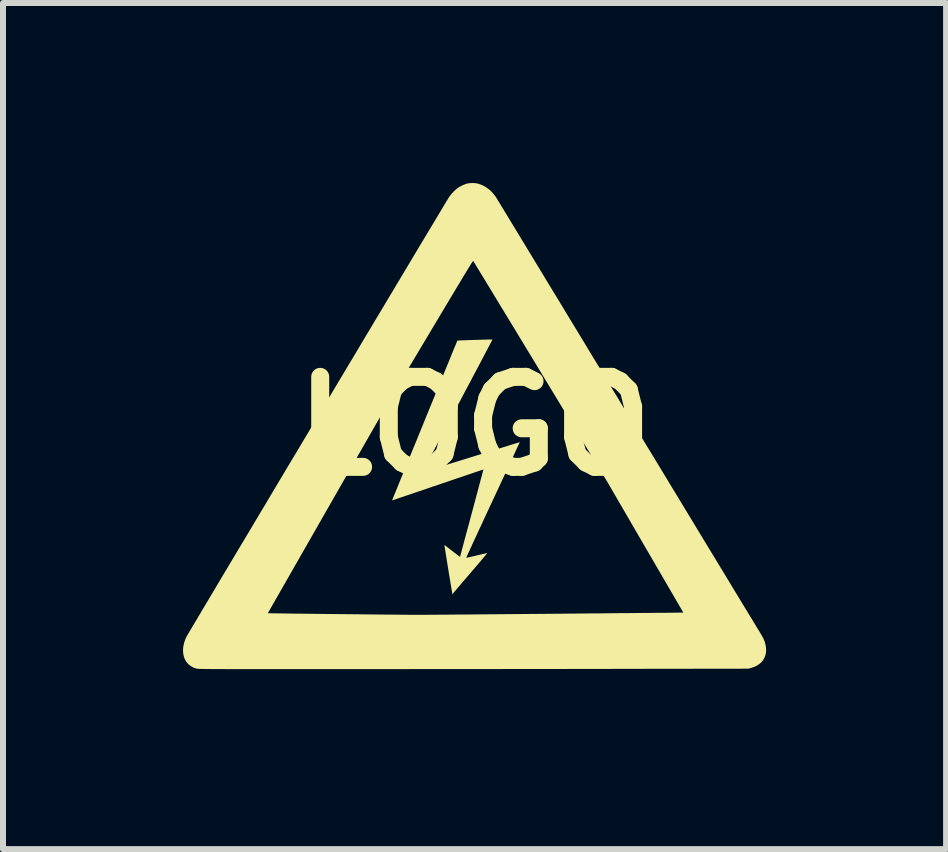
<source format=kicad_pcb>
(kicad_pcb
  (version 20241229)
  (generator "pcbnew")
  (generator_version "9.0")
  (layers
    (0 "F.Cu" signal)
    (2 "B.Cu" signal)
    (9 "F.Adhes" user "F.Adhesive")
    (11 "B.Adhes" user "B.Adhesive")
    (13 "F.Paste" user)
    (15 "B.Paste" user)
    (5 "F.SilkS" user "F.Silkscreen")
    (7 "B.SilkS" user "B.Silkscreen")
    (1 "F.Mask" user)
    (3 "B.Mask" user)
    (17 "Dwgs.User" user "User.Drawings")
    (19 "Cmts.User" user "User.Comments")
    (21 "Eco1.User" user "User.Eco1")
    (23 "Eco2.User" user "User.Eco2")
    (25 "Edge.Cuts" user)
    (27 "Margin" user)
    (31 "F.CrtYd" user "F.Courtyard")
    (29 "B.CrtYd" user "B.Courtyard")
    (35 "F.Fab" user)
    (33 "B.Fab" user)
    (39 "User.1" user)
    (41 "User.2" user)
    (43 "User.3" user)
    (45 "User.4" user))
  (footprint "LOGO"
    (layer "F.Cu")
    (at 4.858 4.052)
    (property "Reference" "LOGO" (at 0 0 0) (layer "F.SilkS") (effects (font (size 1.5 1.5) (thickness 0.3))))
    (attr board_only exclude_from_pos_files exclude_from_bom)
    (fp_poly (pts (xy 0.297 -1.443) (xy 0.298 -1.443) (xy 0.296 -1.439) (xy 0.29 -1.426) (xy 0.279 -1.405) (xy 0.264 -1.376) (xy 0.245 -1.34) (xy 0.222 -1.297) (xy 0.196 -1.247) (xy 0.167 -1.191) (xy 0.134 -1.129) (xy 0.099 -1.062) (xy 0.061 -0.99) (xy 0.02 -0.913) (xy -0.023 -0.832) (xy -0.068 -0.746) (xy -0.115 -0.658) (xy -0.164 -0.566) (xy -0.214 -0.471) (xy -0.266 -0.373) (xy -0.285 -0.337) (xy -0.337 -0.239) (xy -0.388 -0.143) (xy -0.437 -0.05) (xy -0.485 0.04) (xy -0.53 0.126) (xy -0.574 0.209) (xy -0.616 0.288) (xy -0.655 0.361) (xy -0.691 0.43) (xy -0.725 0.494) (xy -0.756 0.552) (xy -0.783 0.604) (xy -0.807 0.649) (xy -0.827 0.688) (xy -0.844 0.719) (xy -0.856 0.743) (xy -0.865 0.759) (xy -0.869 0.767) (xy -0.869 0.767) (xy -0.864 0.766) (xy -0.85 0.762) (xy -0.828 0.755) (xy -0.797 0.746) (xy -0.759 0.734) (xy -0.714 0.72) (xy -0.662 0.704) (xy -0.604 0.686) (xy -0.54 0.667) (xy -0.472 0.645) (xy -0.399 0.623) (xy -0.321 0.599) (xy -0.24 0.574) (xy -0.156 0.548) (xy -0.069 0.521) (xy -0.058 0.517) (xy 0.03 0.49) (xy 0.114 0.464) (xy 0.196 0.439) (xy 0.274 0.415) (xy 0.348 0.392) (xy 0.417 0.371) (xy 0.481 0.351) (xy 0.54 0.333) (xy 0.592 0.316) (xy 0.638 0.302) (xy 0.677 0.29) (xy 0.709 0.281) (xy 0.733 0.273) (xy 0.748 0.269) (xy 0.754 0.267) (xy 0.754 0.267) (xy 0.752 0.272) (xy 0.746 0.285) (xy 0.736 0.306) (xy 0.722 0.336) (xy 0.705 0.372) (xy 0.685 0.416) (xy 0.662 0.466) (xy 0.636 0.522) (xy 0.607 0.584) (xy 0.576 0.652) (xy 0.542 0.724) (xy 0.507 0.801) (xy 0.469 0.882) (xy 0.43 0.966) (xy 0.389 1.054) (xy 0.347 1.144) (xy 0.307 1.23) (xy 0.264 1.322) (xy 0.222 1.412) (xy 0.181 1.5) (xy 0.142 1.584) (xy 0.105 1.665) (xy 0.069 1.741) (xy 0.036 1.813) (xy 0.005 1.88) (xy -0.024 1.942) (xy -0.049 1.998) (xy -0.072 2.048) (xy -0.092 2.091) (xy -0.109 2.127) (xy -0.122 2.156) (xy -0.131 2.177) (xy -0.137 2.19) (xy -0.138 2.194) (xy -0.133 2.193) (xy -0.119 2.19) (xy -0.098 2.186) (xy -0.07 2.18) (xy -0.037 2.172) (xy 0.000269 2.164) (xy 0.035 2.155) (xy 0.075 2.146) (xy 0.112 2.137) (xy 0.144 2.13) (xy 0.172 2.124) (xy 0.192 2.119) (xy 0.206 2.116) (xy 0.21 2.116) (xy 0.208 2.12) (xy 0.2 2.131) (xy 0.187 2.147) (xy 0.169 2.169) (xy 0.148 2.194) (xy 0.124 2.223) (xy 0.101 2.25) (xy 0.074 2.281) (xy 0.043 2.318) (xy 0.007 2.36) (xy -0.032 2.405) (xy -0.072 2.453) (xy -0.113 2.5) (xy -0.153 2.547) (xy -0.191 2.591) (xy -0.369 2.8) (xy -0.375 2.764) (xy -0.38 2.733) (xy -0.386 2.696) (xy -0.393 2.654) (xy -0.401 2.608) (xy -0.409 2.558) (xy -0.418 2.505) (xy -0.427 2.451) (xy -0.436 2.396) (xy -0.445 2.34) (xy -0.454 2.286) (xy -0.462 2.233) (xy -0.47 2.183) (xy -0.478 2.137) (xy -0.484 2.095) (xy -0.49 2.058) (xy -0.495 2.027) (xy -0.499 2.004) (xy -0.501 1.988) (xy -0.502 1.981) (xy -0.502 1.981) (xy -0.498 1.983) (xy -0.487 1.991) (xy -0.47 2.004) (xy -0.448 2.021) (xy -0.421 2.041) (xy -0.392 2.064) (xy -0.372 2.08) (xy -0.341 2.104) (xy -0.312 2.125) (xy -0.287 2.144) (xy -0.267 2.159) (xy -0.252 2.17) (xy -0.243 2.176) (xy -0.241 2.176) (xy -0.239 2.17) (xy -0.235 2.154) (xy -0.229 2.131) (xy -0.22 2.1) (xy -0.21 2.061) (xy -0.198 2.017) (xy -0.185 1.967) (xy -0.17 1.911) (xy -0.154 1.852) (xy -0.137 1.788) (xy -0.119 1.722) (xy -0.1 1.653) (xy -0.081 1.582) (xy -0.062 1.51) (xy -0.042 1.437) (xy -0.023 1.365) (xy -0.004 1.293) (xy 0.015 1.223) (xy 0.033 1.155) (xy 0.051 1.089) (xy 0.067 1.027) (xy 0.083 0.969) (xy 0.097 0.915) (xy 0.11 0.867) (xy 0.122 0.824) (xy 0.131 0.788) (xy 0.139 0.759) (xy 0.144 0.738) (xy 0.148 0.726) (xy 0.149 0.722) (xy 0.144 0.723) (xy 0.13 0.728) (xy 0.108 0.735) (xy 0.078 0.746) (xy 0.04 0.758) (xy -0.004 0.773) (xy -0.056 0.791) (xy -0.113 0.81) (xy -0.175 0.831) (xy -0.242 0.854) (xy -0.314 0.878) (xy -0.39 0.904) (xy -0.469 0.931) (xy -0.552 0.959) (xy -0.613 0.98) (xy -0.697 1.008) (xy -0.778 1.036) (xy -0.856 1.063) (xy -0.931 1.088) (xy -1.002 1.112) (xy -1.068 1.135) (xy -1.129 1.155) (xy -1.184 1.174) (xy -1.234 1.191) (xy -1.276 1.205) (xy -1.312 1.217) (xy -1.34 1.227) (xy -1.36 1.233) (xy -1.371 1.237) (xy -1.374 1.238) (xy -1.372 1.233) (xy -1.367 1.22) (xy -1.358 1.198) (xy -1.346 1.168) (xy -1.331 1.131) (xy -1.313 1.087) (xy -1.292 1.036) (xy -1.269 0.979) (xy -1.244 0.916) (xy -1.216 0.848) (xy -1.186 0.776) (xy -1.155 0.699) (xy -1.122 0.618) (xy -1.087 0.533) (xy -1.052 0.446) (xy -1.015 0.356) (xy -0.977 0.264) (xy -0.939 0.17) (xy -0.9 0.075) (xy -0.861 -0.021) (xy -0.822 -0.117) (xy -0.783 -0.213) (xy -0.744 -0.309) (xy -0.705 -0.403) (xy -0.667 -0.496) (xy -0.63 -0.587) (xy -0.593 -0.676) (xy -0.558 -0.762) (xy -0.524 -0.845) (xy -0.492 -0.924) (xy -0.461 -0.999) (xy -0.432 -1.069) (xy -0.405 -1.135) (xy -0.381 -1.195) (xy -0.359 -1.249) (xy -0.339 -1.297) (xy -0.322 -1.338) (xy -0.308 -1.371) (xy -0.298 -1.397) (xy -0.29 -1.415) (xy -0.286 -1.424) (xy -0.286 -1.426) (xy -0.28 -1.426) (xy -0.266 -1.427) (xy -0.244 -1.428) (xy -0.215 -1.43) (xy -0.18 -1.431) (xy -0.141 -1.432) (xy -0.098 -1.434) (xy -0.053 -1.435) (xy -0.007 -1.437) (xy 0.04 -1.438) (xy 0.086 -1.439) (xy 0.13 -1.441) (xy 0.172 -1.442) (xy 0.209 -1.443) (xy 0.241 -1.443) (xy 0.267 -1.444) (xy 0.286 -1.444)) (stroke (width 0) (type solid)) (fill yes) (layer "F.SilkS"))
    (fp_poly (pts (xy 0.011 -4.05) (xy 0.057 -4.042) (xy 0.072 -4.038) (xy 0.134 -4.014) (xy 0.193 -3.981) (xy 0.249 -3.94) (xy 0.3 -3.89) (xy 0.346 -3.833) (xy 0.355 -3.82) (xy 0.358 -3.815) (xy 0.367 -3.801) (xy 0.38 -3.779) (xy 0.399 -3.748) (xy 0.422 -3.711) (xy 0.449 -3.665) (xy 0.482 -3.612) (xy 0.518 -3.552) (xy 0.559 -3.485) (xy 0.603 -3.412) (xy 0.652 -3.332) (xy 0.705 -3.245) (xy 0.761 -3.152) (xy 0.821 -3.053) (xy 0.884 -2.949) (xy 0.951 -2.839) (xy 1.021 -2.723) (xy 1.094 -2.603) (xy 1.17 -2.477) (xy 1.249 -2.347) (xy 1.331 -2.212) (xy 1.416 -2.073) (xy 1.503 -1.929) (xy 1.592 -1.782) (xy 1.684 -1.63) (xy 1.778 -1.476) (xy 1.874 -1.317) (xy 1.971 -1.156) (xy 2.071 -0.992) (xy 2.172 -0.825) (xy 2.275 -0.655) (xy 2.38 -0.483) (xy 2.485 -0.308) (xy 2.566 -0.174) (xy 2.673 0.001) (xy 2.778 0.175) (xy 2.882 0.347) (xy 2.985 0.516) (xy 3.086 0.682) (xy 3.185 0.846) (xy 3.282 1.007) (xy 3.378 1.164) (xy 3.471 1.318) (xy 3.562 1.468) (xy 3.651 1.615) (xy 3.737 1.757) (xy 3.821 1.896) (xy 3.902 2.03) (xy 3.981 2.159) (xy 4.056 2.283) (xy 4.129 2.403) (xy 4.198 2.517) (xy 4.264 2.626) (xy 4.326 2.729) (xy 4.385 2.826) (xy 4.441 2.918) (xy 4.492 3.003) (xy 4.54 3.081) (xy 4.584 3.154) (xy 4.624 3.219) (xy 4.659 3.277) (xy 4.69 3.328) (xy 4.716 3.372) (xy 4.738 3.408) (xy 4.756 3.436) (xy 4.768 3.457) (xy 4.775 3.469) (xy 4.777 3.472) (xy 4.81 3.53) (xy 4.835 3.588) (xy 4.851 3.646) (xy 4.859 3.702) (xy 4.859 3.756) (xy 4.851 3.807) (xy 4.834 3.855) (xy 4.81 3.899) (xy 4.778 3.938) (xy 4.748 3.963) (xy 4.709 3.989) (xy 4.668 4.01) (xy 4.621 4.026) (xy 4.61 4.029) (xy 4.562 4.042) (xy 2.368 4.045) (xy 2.203 4.046) (xy 2.029 4.046) (xy 1.846 4.046) (xy 1.656 4.046) (xy 1.46 4.047) (xy 1.257 4.047) (xy 1.05 4.047) (xy 0.838 4.047) (xy 0.623 4.047) (xy 0.406 4.048) (xy 0.186 4.048) (xy -0.034 4.048) (xy -0.254 4.048) (xy -0.473 4.048) (xy -0.691 4.048) (xy -0.907 4.048) (xy -1.119 4.049) (xy -1.327 4.049) (xy -1.53 4.049) (xy -1.727 4.049) (xy -1.917 4.049) (xy -2.101 4.049) (xy -2.212 4.049) (xy -2.397 4.049) (xy -2.571 4.049) (xy -2.736 4.049) (xy -2.892 4.049) (xy -3.039 4.049) (xy -3.177 4.049) (xy -3.307 4.049) (xy -3.429 4.049) (xy -3.543 4.049) (xy -3.649 4.049) (xy -3.748 4.049) (xy -3.84 4.049) (xy -3.925 4.049) (xy -4.004 4.049) (xy -4.076 4.049) (xy -4.143 4.049) (xy -4.204 4.048) (xy -4.259 4.048) (xy -4.309 4.048) (xy -4.354 4.048) (xy -4.395 4.048) (xy -4.431 4.047) (xy -4.463 4.047) (xy -4.492 4.047) (xy -4.517 4.046) (xy -4.538 4.046) (xy -4.557 4.046) (xy -4.572 4.045) (xy -4.585 4.045) (xy -4.597 4.044) (xy -4.606 4.044) (xy -4.613 4.043) (xy -4.619 4.043) (xy -4.624 4.042) (xy -4.628 4.041) (xy -4.631 4.041) (xy -4.634 4.04) (xy -4.635 4.04) (xy -4.687 4.022) (xy -4.731 3.997) (xy -4.768 3.967) (xy -4.801 3.93) (xy -4.826 3.887) (xy -4.844 3.84) (xy -4.855 3.786) (xy -4.855 3.783) (xy -4.858 3.729) (xy -4.853 3.672) (xy -4.84 3.612) (xy -4.82 3.553) (xy -4.801 3.51) (xy -4.797 3.504) (xy -4.789 3.489) (xy -4.775 3.466) (xy -4.757 3.435) (xy -4.734 3.397) (xy -4.707 3.351) (xy -4.676 3.298) (xy -4.64 3.239) (xy -4.601 3.172) (xy -4.568 3.118) (xy -3.445 3.118) (xy -3.211 3.121) (xy -3.181 3.122) (xy -3.141 3.122) (xy -3.092 3.123) (xy -3.036 3.124) (xy -2.972 3.125) (xy -2.901 3.125) (xy -2.825 3.126) (xy -2.743 3.127) (xy -2.657 3.128) (xy -2.567 3.129) (xy -2.473 3.13) (xy -2.377 3.131) (xy -2.279 3.132) (xy -2.18 3.133) (xy -2.08 3.134) (xy -1.981 3.135) (xy -1.882 3.136) (xy -1.784 3.137) (xy -1.689 3.138) (xy -1.596 3.139) (xy -1.507 3.14) (xy -1.423 3.141) (xy -1.343 3.141) (xy -1.268 3.142) (xy -1.2 3.143) (xy -1.138 3.143) (xy -1.084 3.144) (xy -1.039 3.144) (xy -1.002 3.144) (xy -0.988 3.144) (xy -0.967 3.144) (xy -0.937 3.144) (xy -0.897 3.144) (xy -0.85 3.144) (xy -0.795 3.144) (xy -0.732 3.143) (xy -0.662 3.143) (xy -0.587 3.142) (xy -0.505 3.142) (xy -0.419 3.141) (xy -0.327 3.14) (xy -0.232 3.14) (xy -0.133 3.139) (xy -0.031 3.138) (xy 0.074 3.137) (xy 0.18 3.136) (xy 0.288 3.135) (xy 0.312 3.135) (xy 0.429 3.134) (xy 0.548 3.133) (xy 0.67 3.132) (xy 0.793 3.131) (xy 0.916 3.13) (xy 1.039 3.129) (xy 1.161 3.128) (xy 1.281 3.127) (xy 1.398 3.126) (xy 1.511 3.125) (xy 1.62 3.124) (xy 1.724 3.123) (xy 1.821 3.122) (xy 1.91 3.121) (xy 1.992 3.121) (xy 2.065 3.12) (xy 2.09 3.12) (xy 2.178 3.119) (xy 2.269 3.118) (xy 2.362 3.117) (xy 2.456 3.116) (xy 2.549 3.116) (xy 2.64 3.115) (xy 2.729 3.114) (xy 2.814 3.113) (xy 2.894 3.113) (xy 2.967 3.112) (xy 3.033 3.111) (xy 3.091 3.111) (xy 3.106 3.111) (xy 3.48 3.107) (xy 2.845 2.016) (xy 2.211 0.925) (xy 1.097 -0.911) (xy 1.022 -1.036) (xy 0.947 -1.159) (xy 0.874 -1.279) (xy 0.803 -1.397) (xy 0.733 -1.511) (xy 0.666 -1.623) (xy 0.6 -1.731) (xy 0.537 -1.835) (xy 0.476 -1.935) (xy 0.418 -2.03) (xy 0.363 -2.121) (xy 0.311 -2.207) (xy 0.262 -2.288) (xy 0.216 -2.363) (xy 0.174 -2.433) (xy 0.135 -2.496) (xy 0.1 -2.553) (xy 0.07 -2.604) (xy 0.043 -2.648) (xy 0.021 -2.684) (xy 0.003 -2.714) (xy -0.01 -2.735) (xy -0.019 -2.749) (xy -0.022 -2.754) (xy -0.022 -2.754) (xy -0.024 -2.753) (xy -0.027 -2.748) (xy -0.033 -2.74) (xy -0.041 -2.728) (xy -0.052 -2.712) (xy -0.065 -2.691) (xy -0.081 -2.665) (xy -0.1 -2.634) (xy -0.122 -2.598) (xy -0.148 -2.556) (xy -0.177 -2.509) (xy -0.209 -2.455) (xy -0.245 -2.395) (xy -0.285 -2.329) (xy -0.329 -2.255) (xy -0.377 -2.175) (xy -0.43 -2.087) (xy -0.487 -1.992) (xy -0.549 -1.888) (xy -0.615 -1.777) (xy -0.672 -1.682) (xy -1.316 -0.603) (xy -2.381 1.257) (xy -3.445 3.118) (xy -4.568 3.118) (xy -4.558 3.1) (xy -4.511 3.021) (xy -4.46 2.936) (xy -4.406 2.845) (xy -4.349 2.749) (xy -4.289 2.648) (xy -4.226 2.542) (xy -4.16 2.431) (xy -4.091 2.316) (xy -4.02 2.197) (xy -3.946 2.073) (xy -3.87 1.946) (xy -3.792 1.816) (xy -3.712 1.682) (xy -3.631 1.545) (xy -3.547 1.405) (xy -3.462 1.263) (xy -3.376 1.118) (xy -3.289 0.972) (xy -3.2 0.823) (xy -3.111 0.673) (xy -3.02 0.522) (xy -2.929 0.37) (xy -2.838 0.217) (xy -2.746 0.063) (xy -2.654 -0.091) (xy -2.562 -0.245) (xy -2.47 -0.399) (xy -2.378 -0.553) (xy -2.287 -0.706) (xy -2.196 -0.858) (xy -2.106 -1.009) (xy -2.016 -1.158) (xy -1.928 -1.306) (xy -1.841 -1.453) (xy -1.754 -1.597) (xy -1.67 -1.739) (xy -1.586 -1.878) (xy -1.505 -2.014) (xy -1.425 -2.148) (xy -1.347 -2.278) (xy -1.272 -2.404) (xy -1.198 -2.527) (xy -1.127 -2.646) (xy -1.059 -2.76) (xy -0.993 -2.87) (xy -0.93 -2.976) (xy -0.87 -3.076) (xy -0.813 -3.171) (xy -0.759 -3.261) (xy -0.709 -3.344) (xy -0.662 -3.422) (xy -0.619 -3.494) (xy -0.58 -3.559) (xy -0.545 -3.618) (xy -0.514 -3.669) (xy -0.487 -3.714) (xy -0.465 -3.751) (xy -0.447 -3.78) (xy -0.434 -3.802) (xy -0.426 -3.815) (xy -0.423 -3.82) (xy -0.401 -3.849) (xy -0.374 -3.881) (xy -0.345 -3.912) (xy -0.316 -3.94) (xy -0.289 -3.962) (xy -0.288 -3.963) (xy -0.256 -3.985) (xy -0.219 -4.005) (xy -0.18 -4.023) (xy -0.143 -4.037) (xy -0.131 -4.041) (xy -0.087 -4.049) (xy -0.039 -4.052)) (stroke (width 0) (type solid)) (fill yes) (layer "F.SilkS")))
  (gr_rect
    (start -3 -3)
    (end 12.717 11.101)
    (stroke (width 0.1) (type default))
    (fill no)
    (layer "Edge.Cuts")))
</source>
